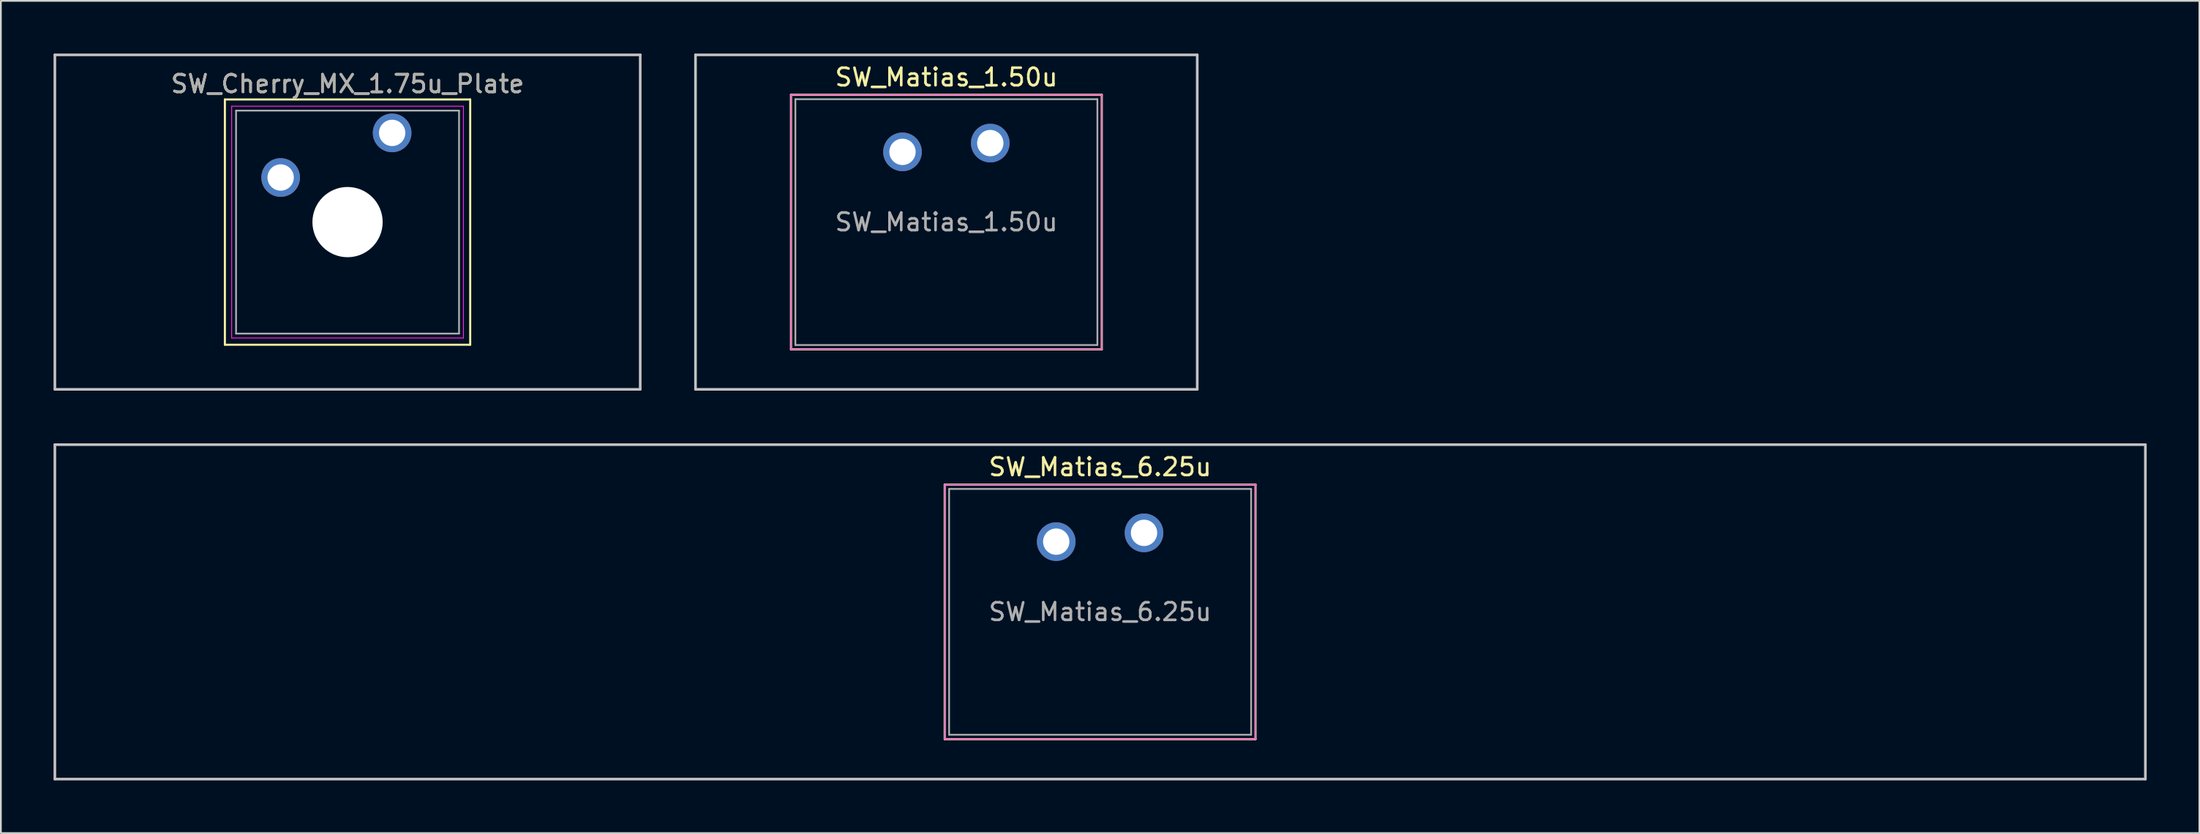
<source format=kicad_pcb>
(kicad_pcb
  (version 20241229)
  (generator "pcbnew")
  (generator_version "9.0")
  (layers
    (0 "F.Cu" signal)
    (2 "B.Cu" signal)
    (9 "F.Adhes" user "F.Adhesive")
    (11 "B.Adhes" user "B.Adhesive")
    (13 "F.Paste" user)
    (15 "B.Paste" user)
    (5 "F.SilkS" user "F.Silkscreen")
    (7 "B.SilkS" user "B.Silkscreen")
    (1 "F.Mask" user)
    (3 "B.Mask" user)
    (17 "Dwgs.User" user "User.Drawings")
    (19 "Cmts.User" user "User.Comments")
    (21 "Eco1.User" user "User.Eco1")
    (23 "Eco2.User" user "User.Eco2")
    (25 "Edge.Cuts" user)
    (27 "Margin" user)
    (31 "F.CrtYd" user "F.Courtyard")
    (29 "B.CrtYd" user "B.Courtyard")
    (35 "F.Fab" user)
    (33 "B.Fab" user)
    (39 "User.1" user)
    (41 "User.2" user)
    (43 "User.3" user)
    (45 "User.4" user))
  (footprint "SW_Matias_1.50u"
    (layer "F.Cu")
    (at 53.35 5.1)
    (property "Reference" "SW_Matias_1.50u" (at -2.5 -3.75 0) (layer "F.SilkS") (effects (font (size 1 1) (thickness 0.15))))
    (attr through_hole)
    (fp_line (start -11.35 -2.75) (end 6.35 -2.75) (stroke (width 0.12) (type solid)) (layer "F.SilkS"))
    (fp_line (start -11.35 11.75) (end -11.35 -2.75) (stroke (width 0.12) (type solid)) (layer "F.SilkS"))
    (fp_line (start 6.35 -2.75) (end 6.35 11.75) (stroke (width 0.12) (type solid)) (layer "F.SilkS"))
    (fp_line (start 6.35 11.75) (end -11.35 11.75) (stroke (width 0.12) (type solid)) (layer "F.SilkS"))
    (fp_line (start -16.788 -5.025) (end 11.787 -5.025) (stroke (width 0.15) (type solid)) (layer "Dwgs.User"))
    (fp_line (start -16.788 14.025) (end -16.788 -5.025) (stroke (width 0.15) (type solid)) (layer "Dwgs.User"))
    (fp_line (start 11.787 -5.025) (end 11.787 14.025) (stroke (width 0.15) (type solid)) (layer "Dwgs.User"))
    (fp_line (start 11.787 14.025) (end -16.788 14.025) (stroke (width 0.15) (type solid)) (layer "Dwgs.User"))
    (fp_line (start -11.35 -2.75) (end -11.35 11.75) (stroke (width 0.05) (type solid)) (layer "F.CrtYd"))
    (fp_line (start -11.35 -2.75) (end 6.35 -2.75) (stroke (width 0.05) (type solid)) (layer "F.CrtYd"))
    (fp_line (start -11.35 11.75) (end 6.35 11.75) (stroke (width 0.05) (type solid)) (layer "F.CrtYd"))
    (fp_line (start 6.35 11.75) (end 6.35 -2.75) (stroke (width 0.05) (type solid)) (layer "F.CrtYd"))
    (fp_line (start -11.1 -2.5) (end 6.1 -2.5) (stroke (width 0.1) (type solid)) (layer "F.Fab"))
    (fp_line (start -11.1 11.5) (end -11.1 -2.5) (stroke (width 0.1) (type solid)) (layer "F.Fab"))
    (fp_line (start 6.1 -2.5) (end 6.1 11.5) (stroke (width 0.1) (type solid)) (layer "F.Fab"))
    (fp_line (start 6.1 11.5) (end -11.1 11.5) (stroke (width 0.1) (type solid)) (layer "F.Fab"))
    (fp_text user "${REFERENCE}" (at -2.5 4.5 0) (layer "F.Fab") (effects (font (size 1 1) (thickness 0.15))))
    (pad "1" thru_hole circle (at 0 0) (size 2.2 2.2) (drill 1.5) (layers "*.Cu" "*.Mask"))
    (pad "2" thru_hole circle (at -5 0.5) (size 2.2 2.2) (drill 1.5) (layers "*.Cu" "*.Mask")))
  (footprint "SW_Cherry_MX_1.75u_Plate"
    (layer "F.Cu")
    (at 19.284 4.52)
    (property "Reference" "SW_Cherry_MX_1.75u_Plate" (at -2.54 -2.794 0) (layer "F.SilkS") (effects (font (size 1 1) (thickness 0.15))))
    (attr through_hole)
    (fp_line (start -9.525 -1.905) (end 4.445 -1.905) (stroke (width 0.12) (type solid)) (layer "F.SilkS"))
    (fp_line (start -9.525 12.065) (end -9.525 -1.905) (stroke (width 0.12) (type solid)) (layer "F.SilkS"))
    (fp_line (start 4.445 -1.905) (end 4.445 12.065) (stroke (width 0.12) (type solid)) (layer "F.SilkS"))
    (fp_line (start 4.445 12.065) (end -9.525 12.065) (stroke (width 0.12) (type solid)) (layer "F.SilkS"))
    (fp_line (start -19.209 -4.445) (end 14.129 -4.445) (stroke (width 0.15) (type solid)) (layer "Dwgs.User"))
    (fp_line (start -19.209 14.605) (end -19.209 -4.445) (stroke (width 0.15) (type solid)) (layer "Dwgs.User"))
    (fp_line (start 14.129 -4.445) (end 14.129 14.605) (stroke (width 0.15) (type solid)) (layer "Dwgs.User"))
    (fp_line (start 14.129 14.605) (end -19.209 14.605) (stroke (width 0.15) (type solid)) (layer "Dwgs.User"))
    (fp_line (start -9.14 -1.52) (end 4.06 -1.52) (stroke (width 0.05) (type solid)) (layer "F.CrtYd"))
    (fp_line (start -9.14 11.68) (end -9.14 -1.52) (stroke (width 0.05) (type solid)) (layer "F.CrtYd"))
    (fp_line (start 4.06 -1.52) (end 4.06 11.68) (stroke (width 0.05) (type solid)) (layer "F.CrtYd"))
    (fp_line (start 4.06 11.68) (end -9.14 11.68) (stroke (width 0.05) (type solid)) (layer "F.CrtYd"))
    (fp_line (start -8.89 -1.27) (end 3.81 -1.27) (stroke (width 0.1) (type solid)) (layer "F.Fab"))
    (fp_line (start -8.89 11.43) (end -8.89 -1.27) (stroke (width 0.1) (type solid)) (layer "F.Fab"))
    (fp_line (start 3.81 -1.27) (end 3.81 11.43) (stroke (width 0.1) (type solid)) (layer "F.Fab"))
    (fp_line (start 3.81 11.43) (end -8.89 11.43) (stroke (width 0.1) (type solid)) (layer "F.Fab"))
    (fp_text user "${REFERENCE}" (at -2.54 -2.794 0) (layer "F.Fab") (effects (font (size 1 1) (thickness 0.15))))
    (pad "" np_thru_hole circle (at -2.54 5.08) (size 4 4) (drill 4) (layers "*.Cu" "*.Mask"))
    (pad "1" thru_hole circle (at 0 0) (size 2.2 2.2) (drill 1.5) (layers "*.Cu" "*.Mask"))
    (pad "2" thru_hole circle (at -6.35 2.54) (size 2.2 2.2) (drill 1.5) (layers "*.Cu" "*.Mask")))
  (footprint "SW_Matias_6.25u"
    (layer "F.Cu")
    (at 62.106 27.3)
    (property "Reference" "SW_Matias_6.25u" (at -2.5 -3.75 0) (layer "F.SilkS") (effects (font (size 1 1) (thickness 0.15))))
    (attr through_hole)
    (fp_line (start -11.35 -2.75) (end 6.35 -2.75) (stroke (width 0.12) (type solid)) (layer "F.SilkS"))
    (fp_line (start -11.35 11.75) (end -11.35 -2.75) (stroke (width 0.12) (type solid)) (layer "F.SilkS"))
    (fp_line (start 6.35 -2.75) (end 6.35 11.75) (stroke (width 0.12) (type solid)) (layer "F.SilkS"))
    (fp_line (start 6.35 11.75) (end -11.35 11.75) (stroke (width 0.12) (type solid)) (layer "F.SilkS"))
    (fp_line (start -62.031 -5.025) (end 57.031 -5.025) (stroke (width 0.15) (type solid)) (layer "Dwgs.User"))
    (fp_line (start -62.031 14.025) (end -62.031 -5.025) (stroke (width 0.15) (type solid)) (layer "Dwgs.User"))
    (fp_line (start 57.031 -5.025) (end 57.031 14.025) (stroke (width 0.15) (type solid)) (layer "Dwgs.User"))
    (fp_line (start 57.031 14.025) (end -62.031 14.025) (stroke (width 0.15) (type solid)) (layer "Dwgs.User"))
    (fp_line (start -11.35 -2.75) (end -11.35 11.75) (stroke (width 0.05) (type solid)) (layer "F.CrtYd"))
    (fp_line (start -11.35 -2.75) (end 6.35 -2.75) (stroke (width 0.05) (type solid)) (layer "F.CrtYd"))
    (fp_line (start -11.35 11.75) (end 6.35 11.75) (stroke (width 0.05) (type solid)) (layer "F.CrtYd"))
    (fp_line (start 6.35 11.75) (end 6.35 -2.75) (stroke (width 0.05) (type solid)) (layer "F.CrtYd"))
    (fp_line (start -11.1 -2.5) (end 6.1 -2.5) (stroke (width 0.1) (type solid)) (layer "F.Fab"))
    (fp_line (start -11.1 11.5) (end -11.1 -2.5) (stroke (width 0.1) (type solid)) (layer "F.Fab"))
    (fp_line (start 6.1 -2.5) (end 6.1 11.5) (stroke (width 0.1) (type solid)) (layer "F.Fab"))
    (fp_line (start 6.1 11.5) (end -11.1 11.5) (stroke (width 0.1) (type solid)) (layer "F.Fab"))
    (fp_text user "${REFERENCE}" (at -2.5 4.5 0) (layer "F.Fab") (effects (font (size 1 1) (thickness 0.15))))
    (pad "1" thru_hole circle (at 0 0) (size 2.2 2.2) (drill 1.5) (layers "*.Cu" "*.Mask"))
    (pad "2" thru_hole circle (at -5 0.5) (size 2.2 2.2) (drill 1.5) (layers "*.Cu" "*.Mask")))
  (gr_rect
    (start -3 -3)
    (end 122.213 44.4)
    (stroke (width 0.1) (type default))
    (fill no)
    (layer "Edge.Cuts")))
</source>
